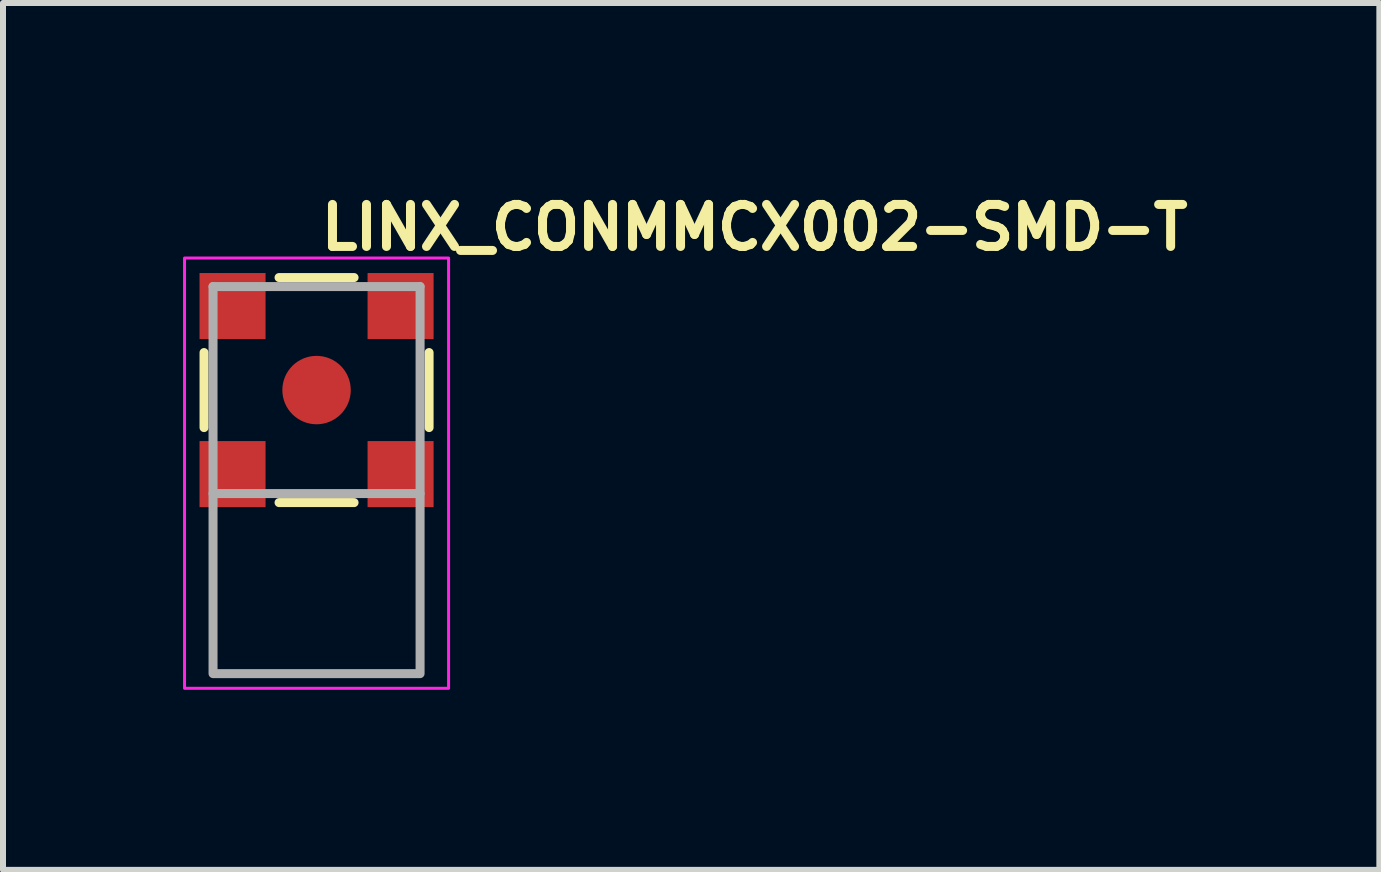
<source format=kicad_pcb>
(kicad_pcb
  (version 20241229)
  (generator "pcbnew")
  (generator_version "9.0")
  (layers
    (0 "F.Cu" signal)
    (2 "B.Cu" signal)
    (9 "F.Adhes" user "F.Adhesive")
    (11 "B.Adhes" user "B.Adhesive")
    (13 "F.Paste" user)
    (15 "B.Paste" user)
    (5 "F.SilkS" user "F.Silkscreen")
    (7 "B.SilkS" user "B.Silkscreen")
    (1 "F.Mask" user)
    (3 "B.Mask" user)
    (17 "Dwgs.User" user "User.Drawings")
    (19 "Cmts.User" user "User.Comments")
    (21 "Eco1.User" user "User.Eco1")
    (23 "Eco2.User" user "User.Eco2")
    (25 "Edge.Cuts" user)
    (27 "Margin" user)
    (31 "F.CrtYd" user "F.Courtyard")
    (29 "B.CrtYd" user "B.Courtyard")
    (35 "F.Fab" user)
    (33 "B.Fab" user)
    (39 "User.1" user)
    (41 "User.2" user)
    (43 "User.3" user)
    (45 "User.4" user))
  (footprint "LINX_CONMMCX002-SMD-T"
    (layer "F.Cu")
    (at 2.225 3.45)
    (property "Reference" "LINX_CONMMCX002-SMD-T" (at 0 -2.3 0) (layer "F.SilkS") (effects (font (size 0.7 0.7) (thickness 0.15)) (justify left bottom)))
    (attr smd)
    (fp_line (start -1.875 0.625) (end -1.875 -0.625) (stroke (width 0.15) (type solid)) (layer "F.SilkS"))
    (fp_line (start 0.625 -1.875) (end -0.625 -1.875) (stroke (width 0.15) (type solid)) (layer "F.SilkS"))
    (fp_line (start 0.625 1.875) (end -0.625 1.875) (stroke (width 0.15) (type solid)) (layer "F.SilkS"))
    (fp_line (start 1.875 0.625) (end 1.875 -0.625) (stroke (width 0.15) (type solid)) (layer "F.SilkS"))
    (fp_rect (start -2.2 -2.2) (end 2.2 4.97) (stroke (width 0.05) (type solid)) (fill no) (layer "F.CrtYd"))
    (fp_line (start -1.725 -1.725) (end 1.725 -1.725) (stroke (width 0.15) (type solid)) (layer "F.Fab"))
    (fp_line (start -1.725 1.725) (end -1.725 -1.725) (stroke (width 0.15) (type solid)) (layer "F.Fab"))
    (fp_line (start 1.725 -1.725) (end 1.725 1.725) (stroke (width 0.15) (type solid)) (layer "F.Fab"))
    (fp_rect (start -1.725 1.725) (end 1.725 4.725) (stroke (width 0.15) (type solid)) (fill no) (layer "F.Fab"))
    (fp_rect (start -1.725 -1.725) (end 1.725 4.722) (stroke (width 0.1) (type solid)) (fill no) (layer "User.5"))
    (fp_line (start -1.725 -1.725) (end -1.725 1.725) (stroke (width 0.02) (type solid)) (layer "User.9"))
    (fp_line (start -1.725 1.725) (end 0 1.725) (stroke (width 0.02) (type solid)) (layer "User.9"))
    (fp_line (start -1.725 4.722) (end -1.725 1.725) (stroke (width 0.02) (type solid)) (layer "User.9"))
    (fp_line (start -1.683 4.722) (end -1.725 4.722) (stroke (width 0.02) (type solid)) (layer "User.9"))
    (fp_line (start -1.556 4.722) (end -1.683 4.722) (stroke (width 0.02) (type solid)) (layer "User.9"))
    (fp_line (start -1.35 4.722) (end -1.556 4.722) (stroke (width 0.02) (type solid)) (layer "User.9"))
    (fp_line (start -1.076 4.722) (end -1.35 4.722) (stroke (width 0.02) (type solid)) (layer "User.9"))
    (fp_line (start -0.749 4.722) (end -1.076 4.722) (stroke (width 0.02) (type solid)) (layer "User.9"))
    (fp_line (start -0.384 4.722) (end -0.749 4.722) (stroke (width 0.02) (type solid)) (layer "User.9"))
    (fp_line (start 0 1.725) (end 1.725 1.725) (stroke (width 0.02) (type solid)) (layer "User.9"))
    (fp_line (start 0 4.722) (end -0.384 4.722) (stroke (width 0.02) (type solid)) (layer "User.9"))
    (fp_line (start 0.384 4.722) (end 0 4.722) (stroke (width 0.02) (type solid)) (layer "User.9"))
    (fp_line (start 0.749 4.722) (end 0.384 4.722) (stroke (width 0.02) (type solid)) (layer "User.9"))
    (fp_line (start 1.076 4.722) (end 0.749 4.722) (stroke (width 0.02) (type solid)) (layer "User.9"))
    (fp_line (start 1.35 4.722) (end 1.076 4.722) (stroke (width 0.02) (type solid)) (layer "User.9"))
    (fp_line (start 1.556 4.722) (end 1.35 4.722) (stroke (width 0.02) (type solid)) (layer "User.9"))
    (fp_line (start 1.683 4.722) (end 1.556 4.722) (stroke (width 0.02) (type solid)) (layer "User.9"))
    (fp_line (start 1.725 -1.725) (end -1.725 -1.725) (stroke (width 0.02) (type solid)) (layer "User.9"))
    (fp_line (start 1.725 1.725) (end 1.725 -1.725) (stroke (width 0.02) (type solid)) (layer "User.9"))
    (fp_line (start 1.725 4.722) (end 1.683 4.722) (stroke (width 0.02) (type solid)) (layer "User.9"))
    (fp_line (start 1.725 4.722) (end 1.725 1.725) (stroke (width 0.02) (type solid)) (layer "User.9"))
    (pad "1" smd circle (at 0 0) (size 1.14 1.14) (layers "F.Cu" "F.Mask" "F.Paste"))
    (pad "SH1" smd rect (at 1.4 -1.4) (size 1.1 1.1) (layers "F.Cu" "F.Mask" "F.Paste"))
    (pad "SH2" smd rect (at -1.4 -1.4) (size 1.1 1.1) (layers "F.Cu" "F.Mask" "F.Paste"))
    (pad "SH3" smd rect (at -1.4 1.4) (size 1.1 1.1) (layers "F.Cu" "F.Mask" "F.Paste"))
    (pad "SH4" smd rect (at 1.4 1.4) (size 1.1 1.1) (layers "F.Cu" "F.Mask" "F.Paste")))
  (gr_rect
    (start -3 -3)
    (end 19.935 11.445)
    (stroke (width 0.1) (type default))
    (fill no)
    (layer "Edge.Cuts")))
</source>
